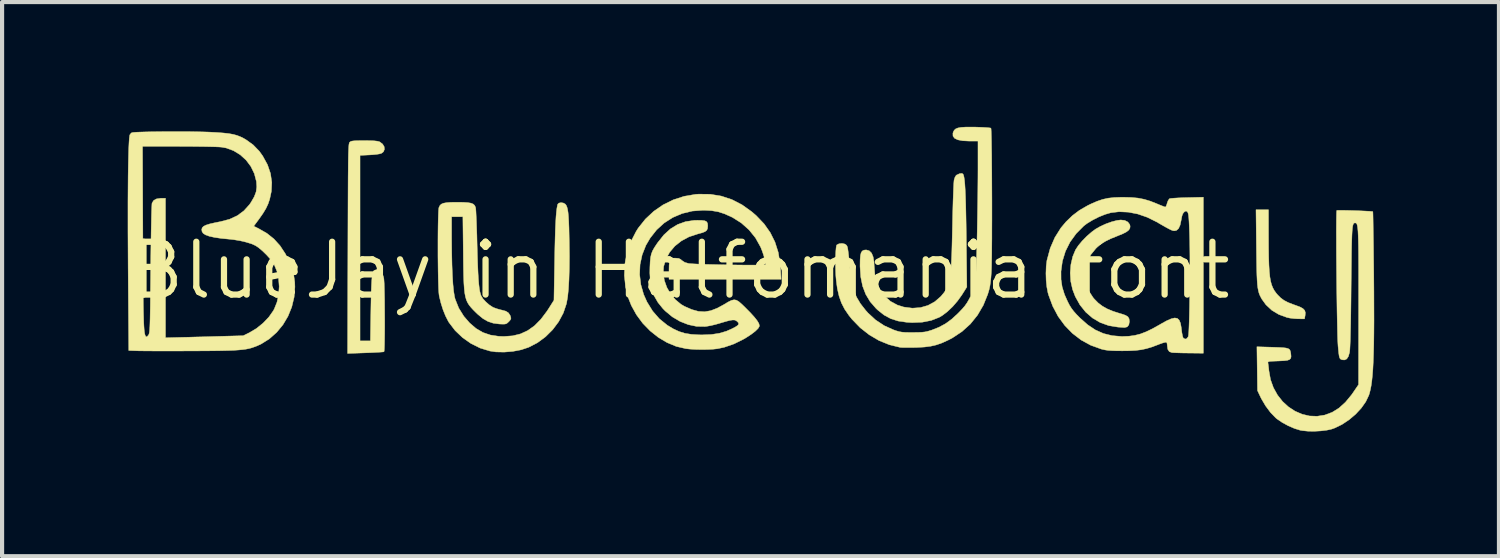
<source format=kicad_pcb>
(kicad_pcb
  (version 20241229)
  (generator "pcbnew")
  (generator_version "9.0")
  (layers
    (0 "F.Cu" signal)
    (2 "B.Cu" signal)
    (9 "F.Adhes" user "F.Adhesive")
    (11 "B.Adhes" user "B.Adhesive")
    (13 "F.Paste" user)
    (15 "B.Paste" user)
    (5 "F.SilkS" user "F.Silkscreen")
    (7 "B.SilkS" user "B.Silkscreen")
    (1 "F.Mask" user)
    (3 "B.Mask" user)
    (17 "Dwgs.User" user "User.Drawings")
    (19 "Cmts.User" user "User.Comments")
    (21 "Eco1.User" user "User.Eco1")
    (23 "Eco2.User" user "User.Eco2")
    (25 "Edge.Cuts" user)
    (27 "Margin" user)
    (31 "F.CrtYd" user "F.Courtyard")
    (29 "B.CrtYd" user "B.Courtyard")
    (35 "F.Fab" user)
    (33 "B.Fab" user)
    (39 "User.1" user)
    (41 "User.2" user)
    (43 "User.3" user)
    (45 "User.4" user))
  (footprint "BlueJay in Halfomania font"
    (layer "F.Cu")
    (at 13.312 3.453)
    (property "Reference" "BlueJay in Halfomania font" (at 0 0 0) (layer "F.SilkS") (effects (font (size 1.27 1.27) (thickness 0.15))))
    (attr through_hole)
    (fp_poly (pts (xy 14.14 -0.788) (xy 14.141 -0.533) (xy 14.144 -0.315) (xy 14.15 -0.132) (xy 14.159 0.022) (xy 14.172 0.15) (xy 14.19 0.256) (xy 14.214 0.344) (xy 14.244 0.419) (xy 14.28 0.485) (xy 14.324 0.546) (xy 14.361 0.589) (xy 14.433 0.661) (xy 14.512 0.719) (xy 14.607 0.769) (xy 14.73 0.817) (xy 14.784 0.836) (xy 14.895 0.877) (xy 14.968 0.917) (xy 15.01 0.961) (xy 15.026 1.015) (xy 15.02 1.084) (xy 15.02 1.086) (xy 15.005 1.164) (xy 14.853 1.163) (xy 14.755 1.157) (xy 14.653 1.145) (xy 14.584 1.13) (xy 14.389 1.059) (xy 14.219 0.957) (xy 14.078 0.825) (xy 13.981 0.691) (xy 13.954 0.642) (xy 13.93 0.594) (xy 13.911 0.544) (xy 13.896 0.487) (xy 13.883 0.419) (xy 13.873 0.336) (xy 13.866 0.233) (xy 13.86 0.106) (xy 13.856 -0.048) (xy 13.853 -0.235) (xy 13.85 -0.458) (xy 13.849 -0.556) (xy 13.839 -1.46) (xy 14.139 -1.46) (xy 14.14 -0.788)) (stroke (width 0.01) (type solid)) (fill yes) (layer "F.SilkS"))
    (fp_poly (pts (xy 10.683 -1.203) (xy 10.757 -1.165) (xy 10.802 -1.106) (xy 10.812 -1.066) (xy 10.807 -1.017) (xy 10.78 -0.972) (xy 10.726 -0.929) (xy 10.64 -0.884) (xy 10.517 -0.834) (xy 10.506 -0.829) (xy 10.347 -0.765) (xy 10.221 -0.703) (xy 10.117 -0.639) (xy 10.027 -0.566) (xy 9.988 -0.528) (xy 9.866 -0.378) (xy 9.781 -0.214) (xy 9.733 -0.039) (xy 9.723 0.14) (xy 9.751 0.318) (xy 9.816 0.49) (xy 9.92 0.65) (xy 9.95 0.686) (xy 10.044 0.781) (xy 10.145 0.858) (xy 10.262 0.924) (xy 10.402 0.982) (xy 10.575 1.037) (xy 10.608 1.046) (xy 10.701 1.078) (xy 10.758 1.113) (xy 10.787 1.161) (xy 10.795 1.227) (xy 10.795 1.228) (xy 10.781 1.308) (xy 10.741 1.357) (xy 10.677 1.372) (xy 10.672 1.372) (xy 10.614 1.368) (xy 10.541 1.363) (xy 10.52 1.362) (xy 10.299 1.326) (xy 10.094 1.253) (xy 9.909 1.144) (xy 9.745 1.002) (xy 9.606 0.829) (xy 9.493 0.626) (xy 9.428 0.456) (xy 9.385 0.263) (xy 9.372 0.06) (xy 9.388 -0.142) (xy 9.432 -0.333) (xy 9.499 -0.495) (xy 9.566 -0.597) (xy 9.66 -0.71) (xy 9.77 -0.822) (xy 9.887 -0.924) (xy 9.982 -0.994) (xy 10.098 -1.06) (xy 10.23 -1.12) (xy 10.366 -1.169) (xy 10.492 -1.202) (xy 10.587 -1.214) (xy 10.683 -1.203)) (stroke (width 0.01) (type solid)) (fill yes) (layer "F.SilkS"))
    (fp_poly (pts (xy -7.467 -3.121) (xy -7.366 -3.117) (xy -7.295 -3.109) (xy -7.247 -3.098) (xy -7.229 -3.09) (xy -7.163 -3.04) (xy -7.125 -2.978) (xy -7.118 -2.912) (xy -7.142 -2.854) (xy -7.191 -2.816) (xy -7.236 -2.803) (xy -7.312 -2.791) (xy -7.406 -2.782) (xy -7.477 -2.778) (xy -7.705 -2.767) (xy -7.705 1.693) (xy -7.456 1.693) (xy -7.444 0.937) (xy -7.44 0.712) (xy -7.436 0.526) (xy -7.43 0.374) (xy -7.424 0.255) (xy -7.416 0.162) (xy -7.406 0.094) (xy -7.395 0.047) (xy -7.38 0.016) (xy -7.364 -0.002) (xy -7.362 -0.003) (xy -7.299 -0.022) (xy -7.239 -0.003) (xy -7.187 0.05) (xy -7.148 0.132) (xy -7.133 0.189) (xy -7.129 0.235) (xy -7.124 0.314) (xy -7.121 0.421) (xy -7.118 0.552) (xy -7.115 0.7) (xy -7.114 0.86) (xy -7.113 1.027) (xy -7.112 1.195) (xy -7.112 1.359) (xy -7.113 1.514) (xy -7.115 1.654) (xy -7.117 1.773) (xy -7.12 1.867) (xy -7.124 1.929) (xy -7.129 1.955) (xy -7.129 1.955) (xy -7.155 1.959) (xy -7.216 1.964) (xy -7.306 1.969) (xy -7.419 1.975) (xy -7.547 1.98) (xy -7.575 1.981) (xy -8.004 1.996) (xy -7.997 -0.525) (xy -7.996 -0.905) (xy -7.995 -1.245) (xy -7.994 -1.548) (xy -7.993 -1.814) (xy -7.992 -2.048) (xy -7.991 -2.25) (xy -7.989 -2.424) (xy -7.988 -2.571) (xy -7.986 -2.694) (xy -7.984 -2.795) (xy -7.981 -2.877) (xy -7.978 -2.941) (xy -7.975 -2.989) (xy -7.972 -3.025) (xy -7.967 -3.05) (xy -7.963 -3.067) (xy -7.958 -3.078) (xy -7.953 -3.084) (xy -7.933 -3.099) (xy -7.903 -3.11) (xy -7.858 -3.116) (xy -7.788 -3.12) (xy -7.688 -3.122) (xy -7.603 -3.122) (xy -7.467 -3.121)) (stroke (width 0.01) (type solid)) (fill yes) (layer "F.SilkS"))
    (fp_poly (pts (xy 6.792 -2.32) (xy 6.806 -2.293) (xy 6.818 -2.244) (xy 6.829 -2.171) (xy 6.838 -2.072) (xy 6.846 -1.944) (xy 6.853 -1.785) (xy 6.859 -1.594) (xy 6.864 -1.367) (xy 6.869 -1.103) (xy 6.873 -0.799) (xy 6.873 -0.769) (xy 6.886 0.398) (xy 6.765 0.59) (xy 6.663 0.732) (xy 6.546 0.868) (xy 6.421 0.987) (xy 6.297 1.082) (xy 6.221 1.127) (xy 6.028 1.202) (xy 5.813 1.244) (xy 5.572 1.254) (xy 5.44 1.246) (xy 5.234 1.216) (xy 5.056 1.159) (xy 4.895 1.072) (xy 4.742 0.95) (xy 4.7 0.91) (xy 4.561 0.75) (xy 4.455 0.573) (xy 4.38 0.377) (xy 4.335 0.156) (xy 4.318 -0.093) (xy 4.318 -0.128) (xy 4.32 -0.262) (xy 4.328 -0.36) (xy 4.344 -0.427) (xy 4.371 -0.467) (xy 4.41 -0.488) (xy 4.464 -0.494) (xy 4.466 -0.494) (xy 4.538 -0.474) (xy 4.595 -0.418) (xy 4.633 -0.326) (xy 4.654 -0.202) (xy 4.657 -0.127) (xy 4.674 0.097) (xy 4.724 0.298) (xy 4.804 0.474) (xy 4.914 0.623) (xy 5.051 0.743) (xy 5.215 0.832) (xy 5.37 0.88) (xy 5.576 0.907) (xy 5.77 0.893) (xy 5.951 0.841) (xy 6.116 0.751) (xy 6.262 0.624) (xy 6.338 0.532) (xy 6.373 0.481) (xy 6.403 0.43) (xy 6.429 0.376) (xy 6.451 0.314) (xy 6.47 0.241) (xy 6.485 0.154) (xy 6.498 0.048) (xy 6.508 -0.079) (xy 6.516 -0.231) (xy 6.524 -0.412) (xy 6.53 -0.626) (xy 6.536 -0.875) (xy 6.541 -1.097) (xy 6.545 -1.301) (xy 6.55 -1.495) (xy 6.555 -1.674) (xy 6.561 -1.833) (xy 6.566 -1.968) (xy 6.571 -2.074) (xy 6.576 -2.146) (xy 6.58 -2.178) (xy 6.601 -2.242) (xy 6.629 -2.287) (xy 6.639 -2.294) (xy 6.71 -2.327) (xy 6.765 -2.334) (xy 6.792 -2.32)) (stroke (width 0.01) (type solid)) (fill yes) (layer "F.SilkS"))
    (fp_poly (pts (xy 7.094 -3.447) (xy 7.213 -3.443) (xy 7.317 -3.438) (xy 7.398 -3.432) (xy 7.45 -3.426) (xy 7.465 -3.421) (xy 7.469 -3.397) (xy 7.472 -3.335) (xy 7.475 -3.237) (xy 7.478 -3.109) (xy 7.48 -2.954) (xy 7.483 -2.776) (xy 7.484 -2.579) (xy 7.486 -2.366) (xy 7.487 -2.141) (xy 7.488 -1.909) (xy 7.489 -1.673) (xy 7.489 -1.437) (xy 7.489 -1.205) (xy 7.488 -0.98) (xy 7.488 -0.767) (xy 7.486 -0.57) (xy 7.485 -0.391) (xy 7.482 -0.236) (xy 7.48 -0.107) (xy 7.477 -0.009) (xy 7.475 0.039) (xy 7.465 0.18) (xy 7.453 0.291) (xy 7.439 0.383) (xy 7.42 0.468) (xy 7.393 0.557) (xy 7.389 0.572) (xy 7.282 0.836) (xy 7.142 1.075) (xy 6.971 1.287) (xy 6.768 1.47) (xy 6.537 1.623) (xy 6.445 1.671) (xy 6.297 1.739) (xy 6.159 1.788) (xy 6.02 1.821) (xy 5.867 1.841) (xy 5.687 1.851) (xy 5.652 1.852) (xy 5.536 1.854) (xy 5.431 1.854) (xy 5.346 1.853) (xy 5.291 1.85) (xy 5.281 1.849) (xy 5.024 1.787) (xy 4.775 1.686) (xy 4.54 1.548) (xy 4.322 1.377) (xy 4.126 1.175) (xy 4.049 1.079) (xy 3.948 0.931) (xy 3.871 0.781) (xy 3.814 0.619) (xy 3.772 0.437) (xy 3.745 0.234) (xy 3.736 0.129) (xy 3.731 0.009) (xy 3.728 -0.118) (xy 3.728 -0.246) (xy 3.731 -0.365) (xy 3.736 -0.47) (xy 3.743 -0.551) (xy 3.753 -0.602) (xy 3.759 -0.614) (xy 3.813 -0.642) (xy 3.883 -0.65) (xy 3.95 -0.636) (xy 3.974 -0.621) (xy 3.988 -0.61) (xy 3.999 -0.597) (xy 4.008 -0.579) (xy 4.017 -0.55) (xy 4.025 -0.507) (xy 4.034 -0.443) (xy 4.044 -0.356) (xy 4.056 -0.24) (xy 4.071 -0.089) (xy 4.087 0.064) (xy 4.117 0.282) (xy 4.164 0.47) (xy 4.233 0.639) (xy 4.327 0.798) (xy 4.452 0.958) (xy 4.508 1.021) (xy 4.69 1.189) (xy 4.898 1.327) (xy 5.12 1.427) (xy 5.198 1.454) (xy 5.262 1.472) (xy 5.325 1.483) (xy 5.398 1.489) (xy 5.493 1.491) (xy 5.588 1.491) (xy 5.711 1.49) (xy 5.804 1.486) (xy 5.878 1.478) (xy 5.945 1.464) (xy 6.017 1.442) (xy 6.043 1.434) (xy 6.217 1.365) (xy 6.372 1.281) (xy 6.52 1.173) (xy 6.672 1.034) (xy 6.679 1.027) (xy 6.769 0.933) (xy 6.837 0.855) (xy 6.891 0.778) (xy 6.941 0.691) (xy 6.97 0.635) (xy 7.028 0.508) (xy 7.066 0.4) (xy 7.089 0.295) (xy 7.092 0.275) (xy 7.097 0.216) (xy 7.103 0.119) (xy 7.109 -0.012) (xy 7.115 -0.172) (xy 7.121 -0.357) (xy 7.126 -0.563) (xy 7.132 -0.785) (xy 7.137 -1.019) (xy 7.141 -1.261) (xy 7.145 -1.506) (xy 7.149 -1.75) (xy 7.151 -1.989) (xy 7.153 -2.219) (xy 7.154 -2.434) (xy 7.154 -2.461) (xy 7.154 -3.111) (xy 6.942 -3.111) (xy 6.786 -3.119) (xy 6.67 -3.141) (xy 6.592 -3.178) (xy 6.553 -3.231) (xy 6.551 -3.299) (xy 6.56 -3.33) (xy 6.583 -3.372) (xy 6.618 -3.404) (xy 6.671 -3.426) (xy 6.747 -3.44) (xy 6.852 -3.447) (xy 6.99 -3.448) (xy 7.094 -3.447)) (stroke (width 0.01) (type solid)) (fill yes) (layer "F.SilkS"))
    (fp_poly (pts (xy -5.221 -1.638) (xy -5.113 -1.631) (xy -5.036 -1.618) (xy -4.983 -1.596) (xy -4.949 -1.564) (xy -4.929 -1.52) (xy -4.927 -1.513) (xy -4.922 -1.479) (xy -4.917 -1.406) (xy -4.912 -1.302) (xy -4.906 -1.17) (xy -4.901 -1.016) (xy -4.895 -0.845) (xy -4.891 -0.661) (xy -4.89 -0.624) (xy -4.883 -0.363) (xy -4.876 -0.141) (xy -4.868 0.047) (xy -4.859 0.202) (xy -4.849 0.328) (xy -4.837 0.43) (xy -4.823 0.511) (xy -4.806 0.573) (xy -4.794 0.607) (xy -4.751 0.678) (xy -4.681 0.755) (xy -4.599 0.827) (xy -4.515 0.882) (xy -4.494 0.892) (xy -4.418 0.92) (xy -4.33 0.945) (xy -4.295 0.953) (xy -4.2 0.979) (xy -4.137 1.019) (xy -4.096 1.08) (xy -4.087 1.105) (xy -4.076 1.149) (xy -4.086 1.183) (xy -4.122 1.225) (xy -4.129 1.232) (xy -4.163 1.264) (xy -4.194 1.283) (xy -4.234 1.29) (xy -4.295 1.29) (xy -4.359 1.287) (xy -4.502 1.268) (xy -4.629 1.226) (xy -4.749 1.157) (xy -4.873 1.055) (xy -4.923 1.007) (xy -4.986 0.944) (xy -5.039 0.886) (xy -5.083 0.831) (xy -5.119 0.773) (xy -5.148 0.708) (xy -5.17 0.633) (xy -5.187 0.543) (xy -5.199 0.433) (xy -5.208 0.301) (xy -5.214 0.14) (xy -5.218 -0.052) (xy -5.221 -0.281) (xy -5.222 -0.407) (xy -5.232 -1.291) (xy -5.503 -1.291) (xy -5.503 -0.767) (xy -5.5 -0.433) (xy -5.494 -0.139) (xy -5.484 0.114) (xy -5.471 0.327) (xy -5.454 0.498) (xy -5.433 0.627) (xy -5.418 0.688) (xy -5.331 0.906) (xy -5.209 1.102) (xy -5.071 1.261) (xy -4.917 1.394) (xy -4.754 1.49) (xy -4.575 1.552) (xy -4.374 1.583) (xy -4.245 1.587) (xy -4.035 1.572) (xy -3.845 1.525) (xy -3.67 1.444) (xy -3.508 1.328) (xy -3.356 1.174) (xy -3.21 0.98) (xy -3.167 0.914) (xy -3.042 0.716) (xy -3.025 -0.261) (xy -3.02 -0.541) (xy -3.014 -0.781) (xy -3.008 -0.986) (xy -3 -1.156) (xy -2.992 -1.296) (xy -2.982 -1.409) (xy -2.971 -1.497) (xy -2.959 -1.563) (xy -2.951 -1.593) (xy -2.923 -1.62) (xy -2.873 -1.63) (xy -2.817 -1.622) (xy -2.77 -1.596) (xy -2.767 -1.592) (xy -2.746 -1.564) (xy -2.729 -1.524) (xy -2.715 -1.47) (xy -2.703 -1.397) (xy -2.694 -1.302) (xy -2.687 -1.179) (xy -2.681 -1.026) (xy -2.677 -0.837) (xy -2.674 -0.677) (xy -2.67 -0.34) (xy -2.673 -0.04) (xy -2.681 0.224) (xy -2.694 0.45) (xy -2.713 0.636) (xy -2.738 0.781) (xy -2.743 0.804) (xy -2.817 1.023) (xy -2.929 1.232) (xy -3.073 1.424) (xy -3.244 1.594) (xy -3.439 1.738) (xy -3.653 1.849) (xy -3.655 1.849) (xy -3.832 1.908) (xy -4.031 1.946) (xy -4.238 1.963) (xy -4.438 1.959) (xy -4.585 1.937) (xy -4.817 1.866) (xy -5.037 1.757) (xy -5.239 1.615) (xy -5.418 1.445) (xy -5.566 1.251) (xy -5.585 1.219) (xy -5.648 1.096) (xy -5.709 0.945) (xy -5.76 0.783) (xy -5.799 0.623) (xy -5.804 0.593) (xy -5.81 0.536) (xy -5.816 0.444) (xy -5.82 0.323) (xy -5.824 0.178) (xy -5.827 0.014) (xy -5.829 -0.164) (xy -5.831 -0.349) (xy -5.831 -0.538) (xy -5.831 -0.724) (xy -5.83 -0.902) (xy -5.828 -1.068) (xy -5.825 -1.215) (xy -5.821 -1.339) (xy -5.817 -1.435) (xy -5.811 -1.496) (xy -5.808 -1.513) (xy -5.786 -1.559) (xy -5.753 -1.593) (xy -5.702 -1.616) (xy -5.627 -1.63) (xy -5.522 -1.638) (xy -5.382 -1.64) (xy -5.366 -1.64) (xy -5.221 -1.638)) (stroke (width 0.01) (type solid)) (fill yes) (layer "F.SilkS"))
    (fp_poly (pts (xy 15.953 -1.445) (xy 16.058 -1.443) (xy 16.173 -1.44) (xy 16.291 -1.436) (xy 16.403 -1.431) (xy 16.503 -1.426) (xy 16.583 -1.422) (xy 16.633 -1.417) (xy 16.648 -1.414) (xy 16.65 -1.392) (xy 16.652 -1.331) (xy 16.654 -1.235) (xy 16.656 -1.106) (xy 16.658 -0.948) (xy 16.661 -0.765) (xy 16.664 -0.56) (xy 16.666 -0.336) (xy 16.669 -0.097) (xy 16.671 0.107) (xy 16.674 0.514) (xy 16.675 0.882) (xy 16.676 1.212) (xy 16.674 1.506) (xy 16.671 1.768) (xy 16.665 1.999) (xy 16.658 2.201) (xy 16.649 2.378) (xy 16.637 2.531) (xy 16.623 2.663) (xy 16.607 2.776) (xy 16.588 2.872) (xy 16.567 2.954) (xy 16.553 2.999) (xy 16.479 3.155) (xy 16.37 3.31) (xy 16.234 3.457) (xy 16.077 3.59) (xy 15.907 3.703) (xy 15.732 3.788) (xy 15.663 3.813) (xy 15.545 3.84) (xy 15.4 3.858) (xy 15.243 3.867) (xy 15.089 3.865) (xy 14.952 3.851) (xy 14.901 3.842) (xy 14.763 3.799) (xy 14.613 3.734) (xy 14.468 3.655) (xy 14.344 3.57) (xy 14.314 3.545) (xy 14.188 3.415) (xy 14.07 3.257) (xy 13.967 3.082) (xy 13.944 3.035) (xy 13.875 2.889) (xy 13.861 1.835) (xy 14.235 1.846) (xy 14.378 1.851) (xy 14.485 1.857) (xy 14.56 1.865) (xy 14.611 1.879) (xy 14.643 1.899) (xy 14.661 1.929) (xy 14.671 1.969) (xy 14.676 2.002) (xy 14.682 2.065) (xy 14.675 2.11) (xy 14.648 2.14) (xy 14.598 2.16) (xy 14.517 2.17) (xy 14.4 2.176) (xy 14.374 2.177) (xy 14.267 2.181) (xy 14.195 2.184) (xy 14.152 2.19) (xy 14.131 2.199) (xy 14.125 2.213) (xy 14.128 2.23) (xy 14.134 2.275) (xy 14.143 2.345) (xy 14.15 2.413) (xy 14.188 2.625) (xy 14.258 2.82) (xy 14.356 2.996) (xy 14.477 3.15) (xy 14.619 3.28) (xy 14.776 3.383) (xy 14.947 3.457) (xy 15.125 3.499) (xy 15.309 3.506) (xy 15.493 3.477) (xy 15.672 3.41) (xy 15.834 3.309) (xy 15.989 3.169) (xy 16.137 2.99) (xy 16.172 2.94) (xy 16.305 2.745) (xy 16.307 0.891) (xy 16.307 0.552) (xy 16.307 0.252) (xy 16.307 -0.01) (xy 16.306 -0.237) (xy 16.305 -0.432) (xy 16.303 -0.597) (xy 16.3 -0.734) (xy 16.296 -0.846) (xy 16.292 -0.936) (xy 16.286 -1.006) (xy 16.279 -1.058) (xy 16.271 -1.095) (xy 16.262 -1.12) (xy 16.251 -1.134) (xy 16.238 -1.141) (xy 16.224 -1.143) (xy 16.208 -1.142) (xy 16.195 -1.136) (xy 16.183 -1.123) (xy 16.173 -1.101) (xy 16.164 -1.065) (xy 16.157 -1.014) (xy 16.151 -0.943) (xy 16.146 -0.852) (xy 16.142 -0.736) (xy 16.138 -0.593) (xy 16.135 -0.42) (xy 16.133 -0.214) (xy 16.13 0.028) (xy 16.127 0.308) (xy 16.126 0.402) (xy 16.123 0.733) (xy 16.119 1.027) (xy 16.115 1.283) (xy 16.11 1.499) (xy 16.106 1.677) (xy 16.1 1.814) (xy 16.095 1.91) (xy 16.089 1.964) (xy 16.089 1.968) (xy 16.06 2.068) (xy 16.02 2.128) (xy 15.967 2.152) (xy 15.921 2.149) (xy 15.889 2.141) (xy 15.866 2.127) (xy 15.85 2.101) (xy 15.838 2.056) (xy 15.828 1.986) (xy 15.818 1.883) (xy 15.812 1.82) (xy 15.808 1.755) (xy 15.803 1.655) (xy 15.799 1.525) (xy 15.796 1.37) (xy 15.792 1.192) (xy 15.788 0.996) (xy 15.785 0.786) (xy 15.782 0.566) (xy 15.779 0.339) (xy 15.777 0.11) (xy 15.775 -0.117) (xy 15.773 -0.339) (xy 15.772 -0.551) (xy 15.772 -0.75) (xy 15.771 -0.932) (xy 15.772 -1.092) (xy 15.773 -1.227) (xy 15.775 -1.332) (xy 15.777 -1.405) (xy 15.78 -1.44) (xy 15.782 -1.443) (xy 15.807 -1.446) (xy 15.867 -1.446) (xy 15.953 -1.445)) (stroke (width 0.01) (type solid)) (fill yes) (layer "F.SilkS"))
    (fp_poly (pts (xy 12.573 1.99) (xy 12.229 1.986) (xy 12.107 1.985) (xy 11.995 1.982) (xy 11.902 1.979) (xy 11.837 1.976) (xy 11.815 1.974) (xy 11.754 1.951) (xy 11.718 1.896) (xy 11.705 1.807) (xy 11.705 1.799) (xy 11.699 1.751) (xy 11.684 1.725) (xy 11.657 1.727) (xy 11.6 1.742) (xy 11.523 1.769) (xy 11.477 1.787) (xy 11.335 1.84) (xy 11.206 1.879) (xy 11.08 1.906) (xy 10.944 1.923) (xy 10.788 1.931) (xy 10.626 1.933) (xy 10.482 1.932) (xy 10.372 1.928) (xy 10.284 1.922) (xy 10.209 1.911) (xy 10.138 1.895) (xy 10.115 1.889) (xy 9.866 1.799) (xy 9.635 1.673) (xy 9.426 1.513) (xy 9.241 1.323) (xy 9.081 1.104) (xy 8.951 0.859) (xy 8.852 0.592) (xy 8.836 0.537) (xy 8.81 0.401) (xy 8.793 0.239) (xy 8.788 0.067) (xy 8.79 0.021) (xy 9.15 0.021) (xy 9.151 0.217) (xy 9.178 0.398) (xy 9.234 0.578) (xy 9.306 0.741) (xy 9.353 0.833) (xy 9.4 0.909) (xy 9.453 0.979) (xy 9.521 1.056) (xy 9.608 1.144) (xy 9.792 1.307) (xy 9.978 1.431) (xy 10.172 1.517) (xy 10.379 1.568) (xy 10.605 1.587) (xy 10.634 1.587) (xy 10.785 1.581) (xy 10.923 1.562) (xy 11.058 1.528) (xy 11.199 1.474) (xy 11.354 1.399) (xy 11.531 1.3) (xy 11.552 1.287) (xy 11.691 1.21) (xy 11.8 1.162) (xy 11.885 1.142) (xy 11.947 1.153) (xy 11.992 1.195) (xy 12.023 1.268) (xy 12.042 1.374) (xy 12.046 1.41) (xy 12.057 1.497) (xy 12.071 1.569) (xy 12.084 1.614) (xy 12.089 1.622) (xy 12.132 1.65) (xy 12.174 1.64) (xy 12.208 1.593) (xy 12.211 1.585) (xy 12.217 1.546) (xy 12.223 1.471) (xy 12.228 1.362) (xy 12.233 1.225) (xy 12.237 1.064) (xy 12.241 0.883) (xy 12.244 0.688) (xy 12.247 0.483) (xy 12.249 0.273) (xy 12.25 0.061) (xy 12.25 -0.146) (xy 12.25 -0.345) (xy 12.248 -0.53) (xy 12.246 -0.699) (xy 12.242 -0.844) (xy 12.241 -0.883) (xy 12.235 -1.046) (xy 12.229 -1.171) (xy 12.223 -1.264) (xy 12.216 -1.329) (xy 12.207 -1.372) (xy 12.197 -1.398) (xy 12.19 -1.408) (xy 12.162 -1.429) (xy 12.136 -1.423) (xy 12.11 -1.403) (xy 12.081 -1.368) (xy 12.059 -1.311) (xy 12.042 -1.223) (xy 12.04 -1.211) (xy 12.014 -1.09) (xy 11.976 -1.007) (xy 11.926 -0.963) (xy 11.878 -0.953) (xy 11.854 -0.955) (xy 11.827 -0.962) (xy 11.79 -0.977) (xy 11.739 -1.003) (xy 11.667 -1.042) (xy 11.57 -1.097) (xy 11.446 -1.169) (xy 11.224 -1.279) (xy 10.995 -1.358) (xy 10.767 -1.402) (xy 10.545 -1.412) (xy 10.351 -1.389) (xy 10.213 -1.349) (xy 10.061 -1.288) (xy 9.911 -1.212) (xy 9.776 -1.13) (xy 9.697 -1.07) (xy 9.516 -0.888) (xy 9.368 -0.684) (xy 9.257 -0.462) (xy 9.184 -0.225) (xy 9.15 0.021) (xy 8.79 0.021) (xy 8.794 -0.099) (xy 8.812 -0.243) (xy 8.815 -0.254) (xy 8.891 -0.535) (xy 9.002 -0.791) (xy 9.147 -1.022) (xy 9.269 -1.168) (xy 9.424 -1.318) (xy 9.593 -1.446) (xy 9.789 -1.559) (xy 9.868 -1.598) (xy 10.015 -1.662) (xy 10.149 -1.708) (xy 10.284 -1.738) (xy 10.432 -1.754) (xy 10.606 -1.76) (xy 10.647 -1.76) (xy 10.838 -1.755) (xy 11.001 -1.74) (xy 11.149 -1.711) (xy 11.295 -1.667) (xy 11.44 -1.61) (xy 11.526 -1.574) (xy 11.597 -1.546) (xy 11.645 -1.528) (xy 11.66 -1.524) (xy 11.676 -1.543) (xy 11.695 -1.589) (xy 11.702 -1.617) (xy 11.724 -1.677) (xy 11.752 -1.719) (xy 11.763 -1.727) (xy 11.796 -1.732) (xy 11.863 -1.738) (xy 11.957 -1.744) (xy 12.072 -1.749) (xy 12.187 -1.752) (xy 12.573 -1.761) (xy 12.573 1.99)) (stroke (width 0.01) (type solid)) (fill yes) (layer "F.SilkS"))
    (fp_poly (pts (xy 0.717 -1.832) (xy 0.983 -1.788) (xy 1.237 -1.704) (xy 1.48 -1.579) (xy 1.712 -1.413) (xy 1.822 -1.318) (xy 2.01 -1.121) (xy 2.159 -0.91) (xy 2.272 -0.683) (xy 2.351 -0.435) (xy 2.396 -0.163) (xy 2.406 -0.037) (xy 2.42 0.212) (xy -0.275 0.212) (xy -0.275 -0.009) (xy -0.273 -0.125) (xy -0.265 -0.205) (xy -0.246 -0.255) (xy -0.214 -0.283) (xy -0.164 -0.295) (xy -0.114 -0.296) (xy -0.043 -0.29) (xy 0.007 -0.265) (xy 0.031 -0.242) (xy 0.104 -0.194) (xy 0.194 -0.168) (xy 0.239 -0.163) (xy 0.322 -0.158) (xy 0.437 -0.152) (xy 0.578 -0.147) (xy 0.741 -0.143) (xy 0.921 -0.139) (xy 1.111 -0.135) (xy 1.18 -0.134) (xy 1.404 -0.131) (xy 1.589 -0.129) (xy 1.738 -0.129) (xy 1.854 -0.129) (xy 1.94 -0.131) (xy 2 -0.134) (xy 2.036 -0.139) (xy 2.052 -0.145) (xy 2.053 -0.148) (xy 2.046 -0.201) (xy 2.026 -0.28) (xy 1.997 -0.374) (xy 1.964 -0.471) (xy 1.93 -0.557) (xy 1.925 -0.567) (xy 1.804 -0.784) (xy 1.649 -0.976) (xy 1.464 -1.141) (xy 1.252 -1.275) (xy 1.217 -1.292) (xy 1.054 -1.364) (xy 0.904 -1.412) (xy 0.748 -1.438) (xy 0.571 -1.448) (xy 0.54 -1.448) (xy 0.282 -1.428) (xy 0.039 -1.369) (xy -0.186 -1.273) (xy -0.391 -1.142) (xy -0.573 -0.977) (xy -0.728 -0.78) (xy -0.832 -0.603) (xy -0.921 -0.377) (xy -0.972 -0.142) (xy -0.982 0.098) (xy -0.953 0.34) (xy -0.885 0.578) (xy -0.805 0.757) (xy -0.669 0.977) (xy -0.507 1.163) (xy -0.316 1.318) (xy -0.167 1.407) (xy -0.032 1.469) (xy 0.108 1.512) (xy 0.262 1.537) (xy 0.441 1.548) (xy 0.529 1.549) (xy 0.746 1.54) (xy 0.934 1.511) (xy 1.105 1.461) (xy 1.243 1.4) (xy 1.329 1.354) (xy 1.381 1.318) (xy 1.4 1.288) (xy 1.392 1.257) (xy 1.366 1.228) (xy 1.335 1.205) (xy 1.3 1.192) (xy 1.252 1.191) (xy 1.186 1.201) (xy 1.095 1.225) (xy 0.972 1.261) (xy 0.94 1.271) (xy 0.833 1.301) (xy 0.722 1.327) (xy 0.625 1.344) (xy 0.589 1.348) (xy 0.39 1.345) (xy 0.189 1.303) (xy -0.008 1.226) (xy -0.195 1.116) (xy -0.365 0.975) (xy -0.423 0.916) (xy -0.54 0.771) (xy -0.627 0.621) (xy -0.688 0.457) (xy -0.724 0.274) (xy -0.737 0.064) (xy -0.735 -0.074) (xy -0.729 -0.207) (xy -0.719 -0.309) (xy -0.701 -0.393) (xy -0.672 -0.469) (xy -0.627 -0.55) (xy -0.563 -0.646) (xy -0.547 -0.669) (xy -0.4 -0.854) (xy -0.241 -0.999) (xy -0.068 -1.105) (xy 0.121 -1.173) (xy 0.327 -1.204) (xy 0.408 -1.206) (xy 0.515 -1.204) (xy 0.586 -1.194) (xy 0.629 -1.172) (xy 0.65 -1.135) (xy 0.656 -1.078) (xy 0.656 -1.069) (xy 0.651 -1.01) (xy 0.632 -0.967) (xy 0.591 -0.934) (xy 0.523 -0.907) (xy 0.419 -0.879) (xy 0.413 -0.877) (xy 0.206 -0.809) (xy 0.023 -0.711) (xy -0.133 -0.588) (xy -0.258 -0.441) (xy -0.35 -0.275) (xy -0.405 -0.092) (xy -0.414 0.073) (xy -0.387 0.241) (xy -0.328 0.407) (xy -0.239 0.563) (xy -0.124 0.7) (xy 0.011 0.813) (xy 0.096 0.863) (xy 0.272 0.94) (xy 0.431 0.984) (xy 0.581 0.993) (xy 0.73 0.967) (xy 0.887 0.906) (xy 1.038 0.824) (xy 1.144 0.76) (xy 1.225 0.72) (xy 1.289 0.705) (xy 1.346 0.715) (xy 1.407 0.752) (xy 1.48 0.816) (xy 1.547 0.881) (xy 1.678 1.013) (xy 1.777 1.122) (xy 1.846 1.21) (xy 1.886 1.278) (xy 1.898 1.329) (xy 1.896 1.344) (xy 1.867 1.394) (xy 1.802 1.458) (xy 1.705 1.533) (xy 1.58 1.615) (xy 1.506 1.658) (xy 1.285 1.767) (xy 1.053 1.847) (xy 0.889 1.882) (xy 0.787 1.893) (xy 0.657 1.9) (xy 0.511 1.902) (xy 0.364 1.899) (xy 0.229 1.891) (xy 0.129 1.88) (xy -0.099 1.827) (xy -0.321 1.735) (xy -0.533 1.609) (xy -0.729 1.453) (xy -0.906 1.271) (xy -1.058 1.066) (xy -1.181 0.843) (xy -1.251 0.666) (xy -1.32 0.396) (xy -1.349 0.121) (xy -1.337 -0.155) (xy -1.285 -0.426) (xy -1.194 -0.689) (xy -1.065 -0.94) (xy -1.015 -1.019) (xy -0.843 -1.235) (xy -0.643 -1.422) (xy -0.419 -1.577) (xy -0.174 -1.698) (xy 0.088 -1.783) (xy 0.363 -1.83) (xy 0.439 -1.835) (xy 0.717 -1.832)) (stroke (width 0.01) (type solid)) (fill yes) (layer "F.SilkS"))
    (fp_poly (pts (xy -11.985 -3.339) (xy -11.808 -3.338) (xy -11.641 -3.335) (xy -11.49 -3.332) (xy -11.361 -3.328) (xy -11.335 -3.327) (xy -11.144 -3.317) (xy -10.988 -3.305) (xy -10.861 -3.291) (xy -10.756 -3.272) (xy -10.667 -3.248) (xy -10.586 -3.217) (xy -10.506 -3.178) (xy -10.446 -3.143) (xy -10.274 -3.019) (xy -10.128 -2.868) (xy -10.045 -2.752) (xy -9.93 -2.542) (xy -9.858 -2.332) (xy -9.827 -2.119) (xy -9.837 -1.902) (xy -9.877 -1.715) (xy -9.916 -1.6) (xy -9.968 -1.489) (xy -10.04 -1.37) (xy -10.135 -1.235) (xy -10.261 -1.065) (xy -10.142 -1.006) (xy -9.945 -0.893) (xy -9.776 -0.758) (xy -9.629 -0.596) (xy -9.5 -0.4) (xy -9.44 -0.286) (xy -9.355 -0.092) (xy -9.302 0.091) (xy -9.275 0.279) (xy -9.271 0.398) (xy -9.29 0.643) (xy -9.347 0.879) (xy -9.437 1.101) (xy -9.559 1.306) (xy -9.709 1.488) (xy -9.885 1.644) (xy -10.083 1.768) (xy -10.19 1.817) (xy -10.252 1.84) (xy -10.312 1.861) (xy -10.376 1.878) (xy -10.446 1.892) (xy -10.527 1.903) (xy -10.623 1.912) (xy -10.737 1.92) (xy -10.874 1.925) (xy -11.038 1.929) (xy -11.232 1.932) (xy -11.46 1.934) (xy -11.726 1.935) (xy -11.944 1.936) (xy -12.157 1.937) (xy -12.359 1.937) (xy -12.546 1.937) (xy -12.711 1.936) (xy -12.85 1.935) (xy -12.957 1.934) (xy -13.028 1.933) (xy -13.031 1.933) (xy -13.266 1.925) (xy -13.281 -0.091) (xy -13.283 -0.523) (xy -13.285 -0.929) (xy -13.285 -1.307) (xy -13.285 -1.657) (xy -13.283 -1.976) (xy -13.281 -2.264) (xy -13.277 -2.518) (xy -13.272 -2.738) (xy -13.267 -2.922) (xy -13.264 -2.985) (xy -12.935 -2.985) (xy -12.927 -0.81) (xy -12.925 -0.443) (xy -12.924 -0.116) (xy -12.922 0.173) (xy -12.92 0.427) (xy -12.918 0.648) (xy -12.916 0.838) (xy -12.913 1) (xy -12.909 1.137) (xy -12.906 1.25) (xy -12.901 1.343) (xy -12.896 1.416) (xy -12.89 1.473) (xy -12.883 1.517) (xy -12.875 1.549) (xy -12.866 1.571) (xy -12.856 1.587) (xy -12.85 1.594) (xy -12.827 1.592) (xy -12.795 1.558) (xy -12.792 1.554) (xy -12.784 1.54) (xy -12.778 1.523) (xy -12.772 1.498) (xy -12.767 1.463) (xy -12.763 1.415) (xy -12.759 1.35) (xy -12.756 1.267) (xy -12.753 1.161) (xy -12.751 1.03) (xy -12.748 0.871) (xy -12.746 0.681) (xy -12.744 0.457) (xy -12.741 0.196) (xy -12.739 -0.031) (xy -12.737 -0.283) (xy -12.734 -0.523) (xy -12.73 -0.749) (xy -12.727 -0.957) (xy -12.723 -1.142) (xy -12.72 -1.303) (xy -12.716 -1.434) (xy -12.712 -1.534) (xy -12.709 -1.597) (xy -12.706 -1.619) (xy -12.668 -1.682) (xy -12.601 -1.72) (xy -12.5 -1.735) (xy -12.483 -1.735) (xy -12.383 -1.736) (xy -12.383 -0.058) (xy -12.383 1.619) (xy -12.155 1.613) (xy -12.077 1.611) (xy -11.964 1.608) (xy -11.823 1.605) (xy -11.662 1.6) (xy -11.487 1.596) (xy -11.306 1.591) (xy -11.22 1.588) (xy -10.513 1.569) (xy -10.363 1.495) (xy -10.195 1.395) (xy -10.037 1.267) (xy -9.899 1.123) (xy -9.791 0.97) (xy -9.767 0.926) (xy -9.701 0.761) (xy -9.662 0.577) (xy -9.649 0.387) (xy -9.663 0.197) (xy -9.703 0.019) (xy -9.768 -0.138) (xy -9.8 -0.191) (xy -9.869 -0.282) (xy -9.957 -0.379) (xy -10.053 -0.472) (xy -10.146 -0.55) (xy -10.222 -0.6) (xy -10.318 -0.642) (xy -10.445 -0.681) (xy -10.589 -0.715) (xy -10.74 -0.74) (xy -10.837 -0.751) (xy -11.041 -0.771) (xy -11.204 -0.795) (xy -11.33 -0.823) (xy -11.421 -0.856) (xy -11.478 -0.894) (xy -11.505 -0.938) (xy -11.505 -0.938) (xy -11.511 -0.987) (xy -11.5 -1.027) (xy -11.468 -1.06) (xy -11.41 -1.09) (xy -11.322 -1.118) (xy -11.2 -1.146) (xy -11.06 -1.174) (xy -10.843 -1.231) (xy -10.655 -1.318) (xy -10.496 -1.436) (xy -10.362 -1.585) (xy -10.326 -1.638) (xy -10.249 -1.771) (xy -10.204 -1.89) (xy -10.188 -2.008) (xy -10.196 -2.135) (xy -10.197 -2.14) (xy -10.246 -2.328) (xy -10.33 -2.501) (xy -10.445 -2.654) (xy -10.585 -2.781) (xy -10.746 -2.88) (xy -10.923 -2.945) (xy -11.034 -2.965) (xy -11.089 -2.969) (xy -11.18 -2.973) (xy -11.303 -2.976) (xy -11.452 -2.979) (xy -11.621 -2.981) (xy -11.804 -2.983) (xy -11.998 -2.983) (xy -12.061 -2.984) (xy -12.935 -2.985) (xy -13.264 -2.985) (xy -13.26 -3.068) (xy -13.253 -3.176) (xy -13.244 -3.244) (xy -13.239 -3.263) (xy -13.209 -3.302) (xy -13.19 -3.313) (xy -13.155 -3.319) (xy -13.083 -3.324) (xy -12.979 -3.328) (xy -12.848 -3.332) (xy -12.696 -3.335) (xy -12.529 -3.337) (xy -12.351 -3.339) (xy -12.168 -3.339) (xy -11.985 -3.339)) (stroke (width 0.01) (type solid)) (fill yes) (layer "F.SilkS")))
  (gr_rect
    (start -3 -3)
    (end 32.993 10.325)
    (stroke (width 0.1) (type default))
    (fill no)
    (layer "Edge.Cuts")))
</source>
